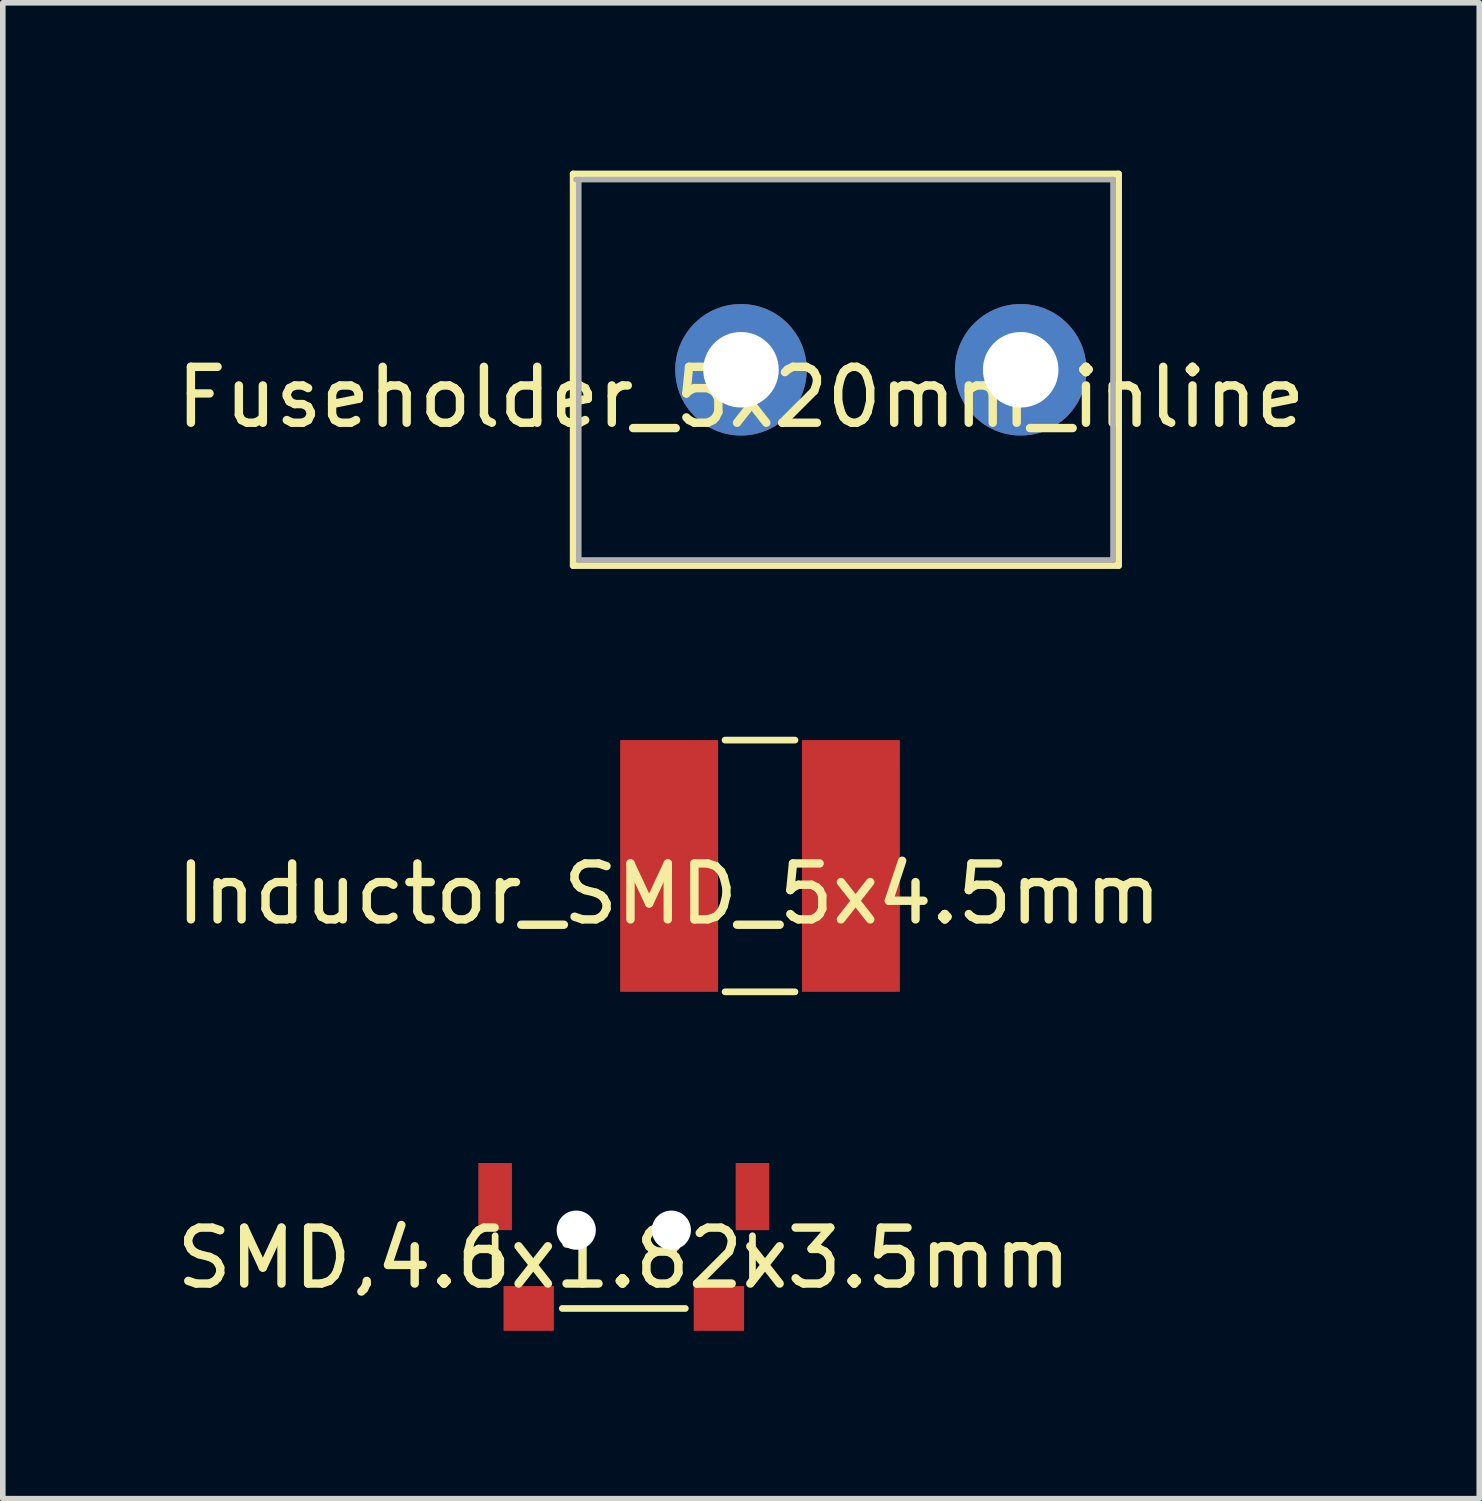
<source format=kicad_pcb>
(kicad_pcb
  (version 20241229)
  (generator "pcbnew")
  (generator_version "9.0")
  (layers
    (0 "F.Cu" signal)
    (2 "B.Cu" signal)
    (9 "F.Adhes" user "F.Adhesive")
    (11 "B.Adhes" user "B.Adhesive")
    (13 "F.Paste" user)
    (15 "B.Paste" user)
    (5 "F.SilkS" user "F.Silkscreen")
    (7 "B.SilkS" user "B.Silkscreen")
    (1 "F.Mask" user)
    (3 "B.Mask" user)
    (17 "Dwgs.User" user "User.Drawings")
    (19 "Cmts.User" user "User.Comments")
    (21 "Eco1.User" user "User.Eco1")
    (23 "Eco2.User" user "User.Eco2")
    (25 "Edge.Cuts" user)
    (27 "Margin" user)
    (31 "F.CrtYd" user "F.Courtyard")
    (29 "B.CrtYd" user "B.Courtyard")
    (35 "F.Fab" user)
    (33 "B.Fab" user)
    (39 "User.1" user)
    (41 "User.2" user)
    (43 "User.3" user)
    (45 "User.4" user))
  (footprint "Inductor_SMD_5x4.5mm"
    (layer "F.Cu")
    (at 8.911 12.43)
    (property "Reference" "Inductor_SMD_5x4.5mm" (at 0 0.5 0) (layer "F.SilkS") (effects (font (size 1 1) (thickness 0.15))))
    (attr through_hole)
    (fp_line (start 1 -2.25) (end 2.25 -2.25) (stroke (width 0.12) (type solid)) (layer "F.SilkS"))
    (fp_line (start 1 2.25) (end 2.25 2.25) (stroke (width 0.12) (type solid)) (layer "F.SilkS"))
    (pad "1" smd rect (at 0 0) (size 1.75 4.5) (layers "F.Cu" "F.Mask" "F.Paste"))
    (pad "2" smd rect (at 3.25 0) (size 1.75 4.5) (layers "F.Cu" "F.Mask" "F.Paste")))
  (footprint "SMD,4.6x1.82x3.5mm"
    (layer "F.Cu")
    (at 8.101 18.94)
    (property "Reference" "SMD,4.6x1.82x3.5mm" (at 0 0.5 0) (layer "F.SilkS") (effects (font (size 1 1) (thickness 0.15))))
    (attr through_hole)
    (fp_line (start -2.3 0.1) (end -2.3 0.9) (stroke (width 0.12) (type solid)) (layer "F.SilkS"))
    (fp_line (start -1.1 1.4) (end 1.1 1.4) (stroke (width 0.12) (type solid)) (layer "F.SilkS"))
    (fp_line (start 2.3 0.1) (end 2.3 0.9) (stroke (width 0.12) (type solid)) (layer "F.SilkS"))
    (pad "" np_thru_hole circle (at -0.85 0) (size 0.7 0.7) (drill 0.7) (layers "*.Cu" "*.Mask"))
    (pad "" np_thru_hole circle (at 0.85 0) (size 0.7 0.7) (drill 0.7) (layers "*.Cu" "*.Mask"))
    (pad "1" smd rect (at 2.3 -0.6) (size 0.6 1.2) (layers "F.Cu" "F.Mask" "F.Paste"))
    (pad "2" smd rect (at -2.3 -0.6) (size 0.6 1.2) (layers "F.Cu" "F.Mask" "F.Paste"))
    (pad "3" smd rect (at -1.7 1.4) (size 0.9 0.8) (layers "F.Cu" "F.Mask" "F.Paste"))
    (pad "4" smd rect (at 1.7 1.4) (size 0.9 0.8) (layers "F.Cu" "F.Mask" "F.Paste")))
  (footprint "Fuseholder_5x20mm_inline"
    (layer "F.Cu")
    (at 10.196 3.552)
    (property "Reference" "Fuseholder_5x20mm_inline" (at 0 0.5 0) (layer "F.SilkS") (effects (font (size 1 1) (thickness 0.15))))
    (attr through_hole)
    (fp_line (start -3 -3.492) (end -3 3.508) (stroke (width 0.12) (type solid)) (layer "F.SilkS"))
    (fp_line (start 6.75 -3.492) (end -3 -3.492) (stroke (width 0.12) (type solid)) (layer "F.SilkS"))
    (fp_line (start 6.75 -3.492) (end 6.75 3.508) (stroke (width 0.12) (type solid)) (layer "F.SilkS"))
    (fp_line (start 6.75 3.508) (end -3 3.508) (stroke (width 0.12) (type solid)) (layer "F.SilkS"))
    (fp_line (start -2.95 -3.392) (end 6.65 -3.392) (stroke (width 0.1) (type solid)) (layer "F.Fab"))
    (fp_line (start -2.9 3.408) (end -2.9 -3.392) (stroke (width 0.1) (type solid)) (layer "F.Fab"))
    (fp_line (start 6.65 -3.392) (end 6.65 3.408) (stroke (width 0.1) (type solid)) (layer "F.Fab"))
    (fp_line (start 6.65 3.408) (end -2.9 3.408) (stroke (width 0.1) (type solid)) (layer "F.Fab"))
    (pad "1" thru_hole circle (at 0 0.008) (size 2.35 2.35) (drill 1.35) (layers "*.Cu" "*.Mask"))
    (pad "1" thru_hole circle (at 5 0.008) (size 2.35 2.35) (drill 1.35) (layers "*.Cu" "*.Mask")))
  (gr_rect
    (start -3 -3)
    (end 23.393 23.74)
    (stroke (width 0.1) (type default))
    (fill no)
    (layer "Edge.Cuts")))
</source>
